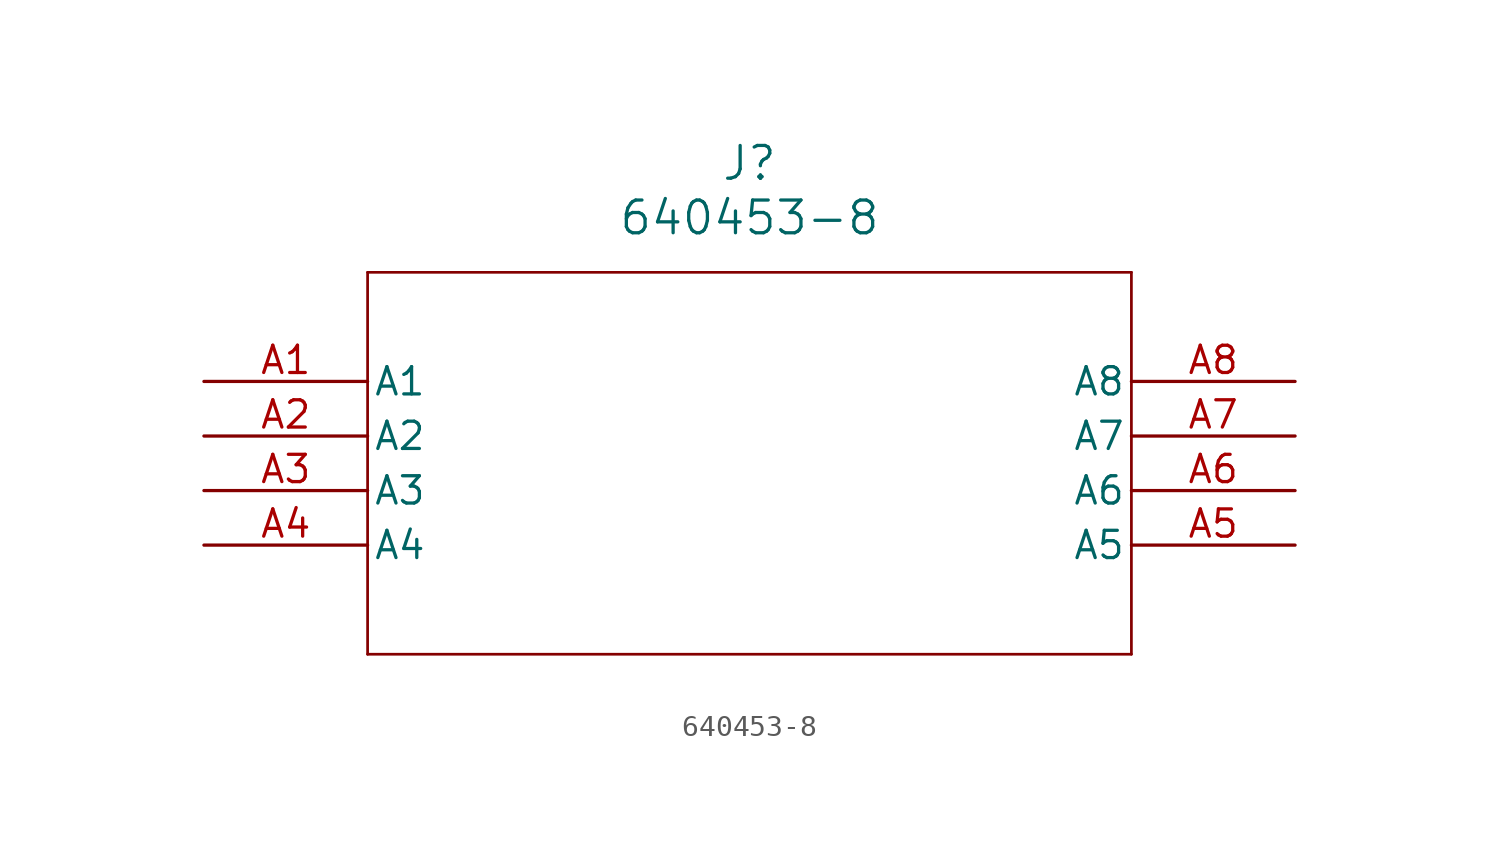
<source format=kicad_sym>
(kicad_symbol_lib
  (version 20211014)
  (generator kicad_symbol_editor)
  (symbol "640453-8"
    (pin_names
      (offset 0.254))
    (property "Reference" "J"
      (at 25.4 10.16 0)
      (effects (font (size 1.524 1.524))))
    (property "Value" "640453-8"
      (at 25.4 7.62 0)
      (effects (font (size 1.524 1.524))))
    (polyline
      (pts (xy 7.62 5.08) (xy 7.62 -12.7))
      (stroke (width 0.127) (type default) (color 0 0 0 0))
      (fill (type none)))
    (polyline
      (pts (xy 7.62 -12.7) (xy 43.18 -12.7))
      (stroke (width 0.127) (type default) (color 0 0 0 0))
      (fill (type none)))
    (polyline
      (pts (xy 43.18 -12.7) (xy 43.18 5.08))
      (stroke (width 0.127) (type default) (color 0 0 0 0))
      (fill (type none)))
    (polyline
      (pts (xy 43.18 5.08) (xy 7.62 5.08))
      (stroke (width 0.127) (type default) (color 0 0 0 0))
      (fill (type none)))
    (pin unspecified line
      (at 0 0 0)
      (length 7.62)
      (name "A1" (effects (font (size 1.27 1.27))))
      (number "A1" (effects (font (size 1.27 1.27)))))
    (pin unspecified line
      (at 0 -2.54 0)
      (length 7.62)
      (name "A2" (effects (font (size 1.27 1.27))))
      (number "A2" (effects (font (size 1.27 1.27)))))
    (pin unspecified line
      (at 0 -5.08 0)
      (length 7.62)
      (name "A3" (effects (font (size 1.27 1.27))))
      (number "A3" (effects (font (size 1.27 1.27)))))
    (pin unspecified line
      (at 0 -7.62 0)
      (length 7.62)
      (name "A4" (effects (font (size 1.27 1.27))))
      (number "A4" (effects (font (size 1.27 1.27)))))
    (pin unspecified line
      (at 50.8 -7.62 180)
      (length 7.62)
      (name "A5" (effects (font (size 1.27 1.27))))
      (number "A5" (effects (font (size 1.27 1.27)))))
    (pin unspecified line
      (at 50.8 -5.08 180)
      (length 7.62)
      (name "A6" (effects (font (size 1.27 1.27))))
      (number "A6" (effects (font (size 1.27 1.27)))))
    (pin unspecified line
      (at 50.8 -2.54 180)
      (length 7.62)
      (name "A7" (effects (font (size 1.27 1.27))))
      (number "A7" (effects (font (size 1.27 1.27)))))
    (pin unspecified line
      (at 50.8 0 180)
      (length 7.62)
      (name "A8" (effects (font (size 1.27 1.27))))
      (number "A8" (effects (font (size 1.27 1.27)))))))
</source>
